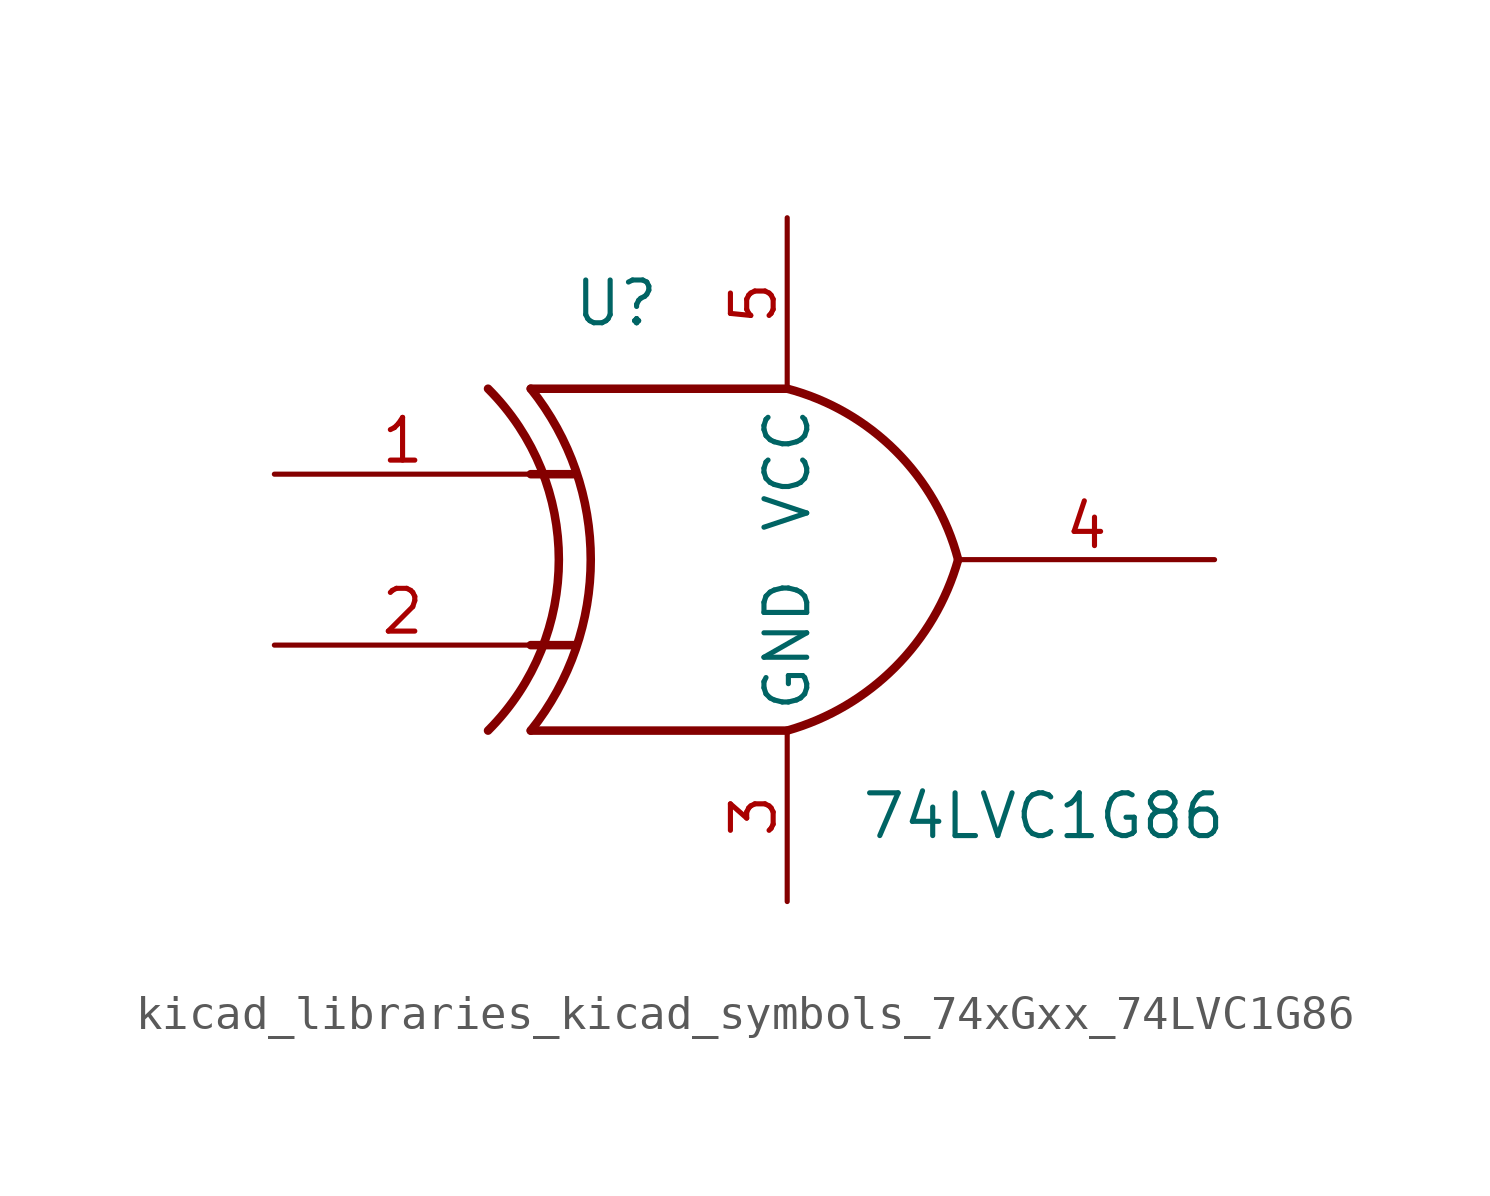
<source format=kicad_sym>
(kicad_symbol_lib
  (version 20220914)
  (generator kicad_symbol_editor)
  (symbol "kicad_libraries_kicad_symbols_74xGxx_74LVC1G86"
    (property "Reference" "U"
      (at -5.08 7.62 0)
      (effects (font (size 1.27 1.27))))
    (property "Value" "74LVC1G86"
      (at 7.62 -7.62 0)
      (effects (font (size 1.27 1.27))))
    (symbol "kicad_libraries_kicad_symbols_74xGxx_74LVC1G86_0_1"
      (arc (start -8.89 -5.08) (mid -6.7858 0) (end -8.89 5.08) (stroke (width 0.254) (type default)) (fill (type none)))
      (arc (start -7.62 -5.08) (mid -5.838 0) (end -7.62 5.08) (stroke (width 0.254) (type default)) (fill (type none)))
      (arc (start 0 -5.08) (mid 3.1986 -3.2054) (end 5.08 0) (stroke (width 0.254) (type default)) (fill (type none)))
      (polyline (pts (xy -7.62 -2.54) (xy -6.35 -2.54)) (stroke (width 0.254) (type default)) (fill (type background)))
      (polyline (pts (xy -7.62 2.54) (xy -6.35 2.54)) (stroke (width 0.254) (type default)) (fill (type background)))
      (polyline (pts (xy 0 -5.08) (xy -7.62 -5.08)) (stroke (width 0.254) (type default)) (fill (type background)))
      (polyline (pts (xy 0 5.08) (xy -7.62 5.08)) (stroke (width 0.254) (type default)) (fill (type background)))
      (arc (start 5.08 0) (mid 3.2238 3.2304) (end 0 5.08) (stroke (width 0.254) (type default)) (fill (type none))))
    (symbol "kicad_libraries_kicad_symbols_74xGxx_74LVC1G86_1_1"
      (pin input line (at -15.24 2.54 0) (length 7.62) (name "~" (effects (font (size 1.27 1.27)))) (number "1" (effects (font (size 1.27 1.27)))))
      (pin input line (at -15.24 -2.54 0) (length 7.62) (name "~" (effects (font (size 1.27 1.27)))) (number "2" (effects (font (size 1.27 1.27)))))
      (pin power_in line (at 0 -10.16 90) (length 5.08) (name "GND" (effects (font (size 1.27 1.27)))) (number "3" (effects (font (size 1.27 1.27)))))
      (pin output line (at 12.7 0 180) (length 7.62) (name "~" (effects (font (size 1.27 1.27)))) (number "4" (effects (font (size 1.27 1.27)))))
      (pin power_in line (at 0 10.16 270) (length 5.08) (name "VCC" (effects (font (size 1.27 1.27)))) (number "5" (effects (font (size 1.27 1.27))))))))
</source>
